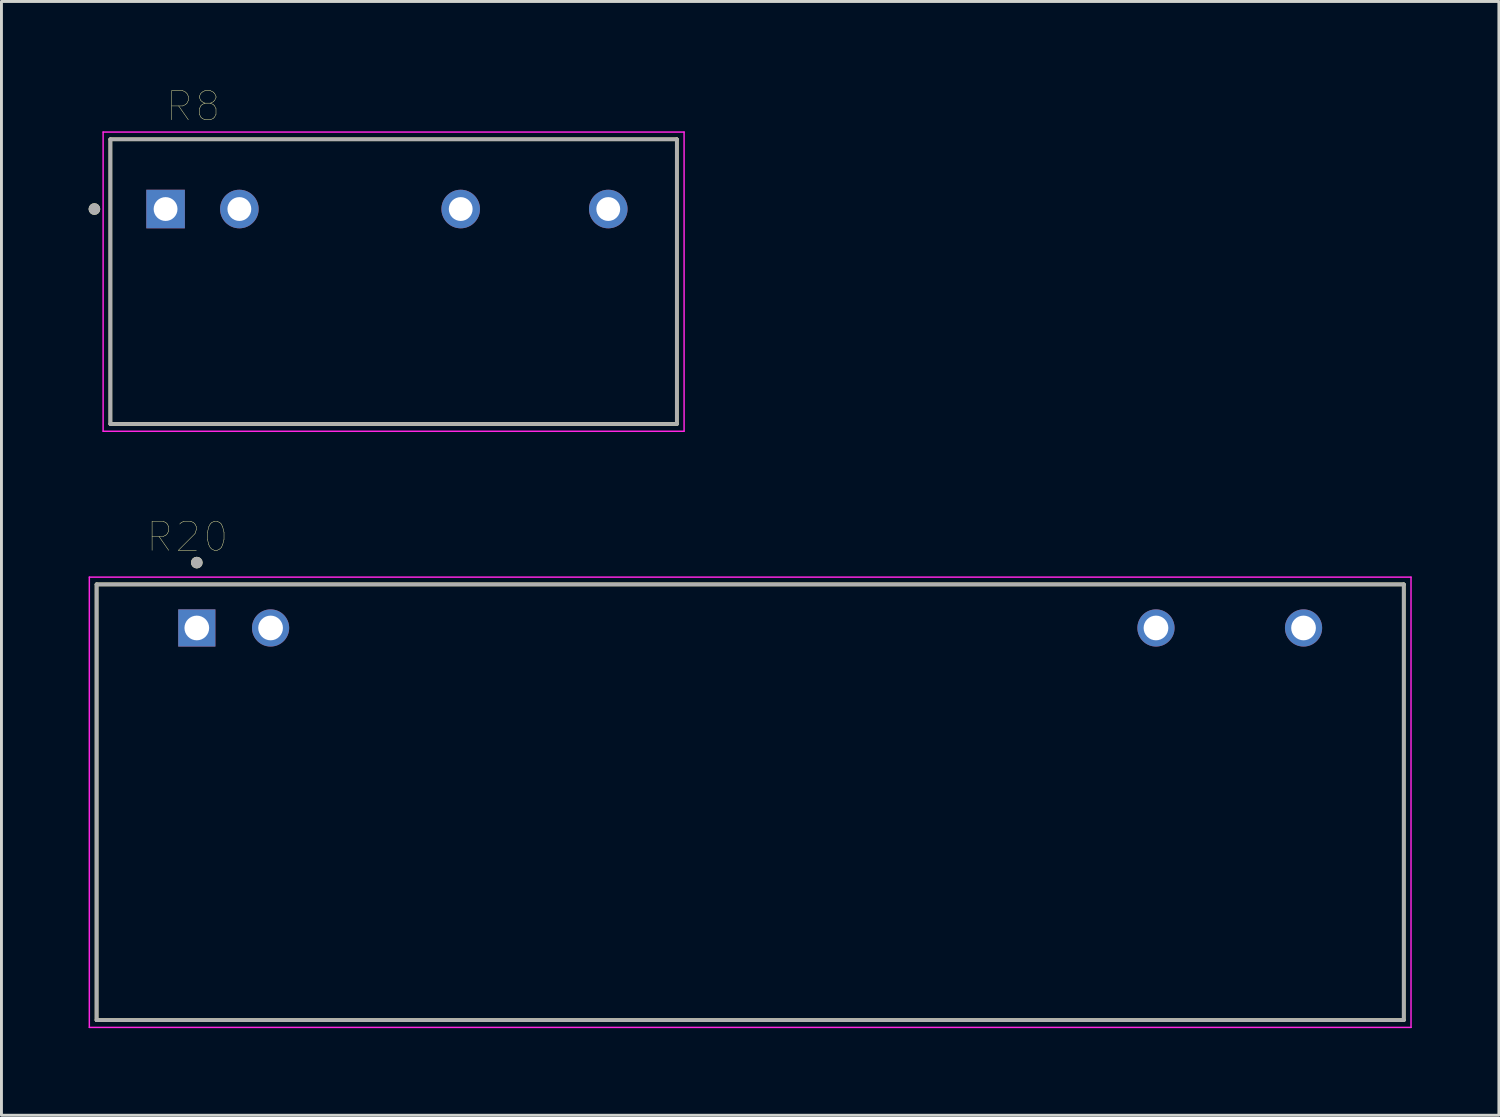
<source format=kicad_pcb>
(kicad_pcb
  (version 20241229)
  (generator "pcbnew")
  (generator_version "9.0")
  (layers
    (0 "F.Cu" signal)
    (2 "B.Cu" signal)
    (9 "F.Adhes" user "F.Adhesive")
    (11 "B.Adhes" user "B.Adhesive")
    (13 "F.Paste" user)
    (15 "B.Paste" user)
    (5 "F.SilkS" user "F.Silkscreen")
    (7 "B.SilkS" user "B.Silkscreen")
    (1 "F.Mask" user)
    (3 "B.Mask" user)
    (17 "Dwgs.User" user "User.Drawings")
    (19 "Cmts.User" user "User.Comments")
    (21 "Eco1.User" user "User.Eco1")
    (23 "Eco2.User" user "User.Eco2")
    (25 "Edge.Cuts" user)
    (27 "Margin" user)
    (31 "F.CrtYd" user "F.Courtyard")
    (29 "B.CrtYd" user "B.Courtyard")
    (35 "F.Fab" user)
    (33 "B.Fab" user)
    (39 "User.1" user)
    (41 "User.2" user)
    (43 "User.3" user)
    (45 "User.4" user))
  (footprint "R20"
    (layer "F.Cu")
    (at 3.725 18.568)
    (property "Reference" "R20" (at -0.325 -3.135 0) (layer "F.SilkS") (effects (font (size 1 1) (thickness 0.015))))
    (attr through_hole)
    (fp_line (start -3.45 -1.5) (end -3.45 13.5) (stroke (width 0.127) (type solid)) (layer "F.SilkS"))
    (fp_line (start -3.45 13.5) (end 41.55 13.5) (stroke (width 0.127) (type solid)) (layer "F.SilkS"))
    (fp_line (start 41.55 -1.5) (end -3.45 -1.5) (stroke (width 0.127) (type solid)) (layer "F.SilkS"))
    (fp_line (start 41.55 13.5) (end 41.55 -1.5) (stroke (width 0.127) (type solid)) (layer "F.SilkS"))
    (fp_circle (center 0 -2.25) (end 0.1 -2.25) (stroke (width 0.2) (type solid)) (fill no) (layer "F.SilkS"))
    (fp_line (start -3.7 -1.75) (end -3.7 13.75) (stroke (width 0.05) (type solid)) (layer "F.CrtYd"))
    (fp_line (start -3.7 13.75) (end 41.8 13.75) (stroke (width 0.05) (type solid)) (layer "F.CrtYd"))
    (fp_line (start 41.8 -1.75) (end -3.7 -1.75) (stroke (width 0.05) (type solid)) (layer "F.CrtYd"))
    (fp_line (start 41.8 13.75) (end 41.8 -1.75) (stroke (width 0.05) (type solid)) (layer "F.CrtYd"))
    (fp_line (start -3.45 -1.5) (end -3.45 13.5) (stroke (width 0.127) (type solid)) (layer "F.Fab"))
    (fp_line (start -3.45 13.5) (end 41.55 13.5) (stroke (width 0.127) (type solid)) (layer "F.Fab"))
    (fp_line (start 41.55 -1.5) (end -3.45 -1.5) (stroke (width 0.127) (type solid)) (layer "F.Fab"))
    (fp_line (start 41.55 13.5) (end 41.55 -1.5) (stroke (width 0.127) (type solid)) (layer "F.Fab"))
    (fp_circle (center 0 -2.25) (end 0.1 -2.25) (stroke (width 0.2) (type solid)) (fill no) (layer "F.Fab"))
    (pad "1" thru_hole rect (at 0 0) (size 1.28 1.28) (drill 0.85) (layers "*.Cu" "*.Mask"))
    (pad "2" thru_hole circle (at 2.54 0) (size 1.28 1.28) (drill 0.85) (layers "*.Cu" "*.Mask"))
    (pad "3" thru_hole circle (at 33.02 0) (size 1.28 1.28) (drill 0.85) (layers "*.Cu" "*.Mask"))
    (pad "4" thru_hole circle (at 38.1 0) (size 1.28 1.28) (drill 0.85) (layers "*.Cu" "*.Mask")))
  (footprint "R8"
    (layer "F.Cu")
    (at 10.5 6.646)
    (property "Reference" "R8" (at -6.9 -6.035 0) (layer "F.SilkS") (effects (font (size 1 1) (thickness 0.015))))
    (attr through_hole)
    (fp_line (start -9.75 -4.9) (end 9.75 -4.9) (stroke (width 0.127) (type solid)) (layer "F.SilkS"))
    (fp_line (start -9.75 4.9) (end -9.75 -4.9) (stroke (width 0.127) (type solid)) (layer "F.SilkS"))
    (fp_line (start 9.75 -4.9) (end 9.75 4.9) (stroke (width 0.127) (type solid)) (layer "F.SilkS"))
    (fp_line (start 9.75 4.9) (end -9.75 4.9) (stroke (width 0.127) (type solid)) (layer "F.SilkS"))
    (fp_circle (center -10.3 -2.5) (end -10.2 -2.5) (stroke (width 0.2) (type solid)) (fill no) (layer "F.SilkS"))
    (fp_line (start -10 -5.15) (end 10 -5.15) (stroke (width 0.05) (type solid)) (layer "F.CrtYd"))
    (fp_line (start -10 5.15) (end -10 -5.15) (stroke (width 0.05) (type solid)) (layer "F.CrtYd"))
    (fp_line (start 10 -5.15) (end 10 5.15) (stroke (width 0.05) (type solid)) (layer "F.CrtYd"))
    (fp_line (start 10 5.15) (end -10 5.15) (stroke (width 0.05) (type solid)) (layer "F.CrtYd"))
    (fp_line (start -9.75 -4.9) (end -9.75 4.9) (stroke (width 0.127) (type solid)) (layer "F.Fab"))
    (fp_line (start -9.75 4.9) (end 9.75 4.9) (stroke (width 0.127) (type solid)) (layer "F.Fab"))
    (fp_line (start 9.75 -4.9) (end -9.75 -4.9) (stroke (width 0.127) (type solid)) (layer "F.Fab"))
    (fp_line (start 9.75 4.9) (end 9.75 -4.9) (stroke (width 0.127) (type solid)) (layer "F.Fab"))
    (fp_circle (center -10.3 -2.5) (end -10.2 -2.5) (stroke (width 0.2) (type solid)) (fill no) (layer "F.Fab"))
    (pad "1" thru_hole rect (at -7.85 -2.5) (size 1.328 1.328) (drill 0.82) (layers "*.Cu" "*.Mask"))
    (pad "2" thru_hole circle (at -5.31 -2.5) (size 1.328 1.328) (drill 0.82) (layers "*.Cu" "*.Mask"))
    (pad "3" thru_hole circle (at 2.31 -2.5) (size 1.328 1.328) (drill 0.82) (layers "*.Cu" "*.Mask"))
    (pad "4" thru_hole circle (at 7.39 -2.5) (size 1.328 1.328) (drill 0.82) (layers "*.Cu" "*.Mask")))
  (gr_rect
    (start -3 -3)
    (end 48.55 35.343)
    (stroke (width 0.1) (type default))
    (fill no)
    (layer "Edge.Cuts")))
</source>
